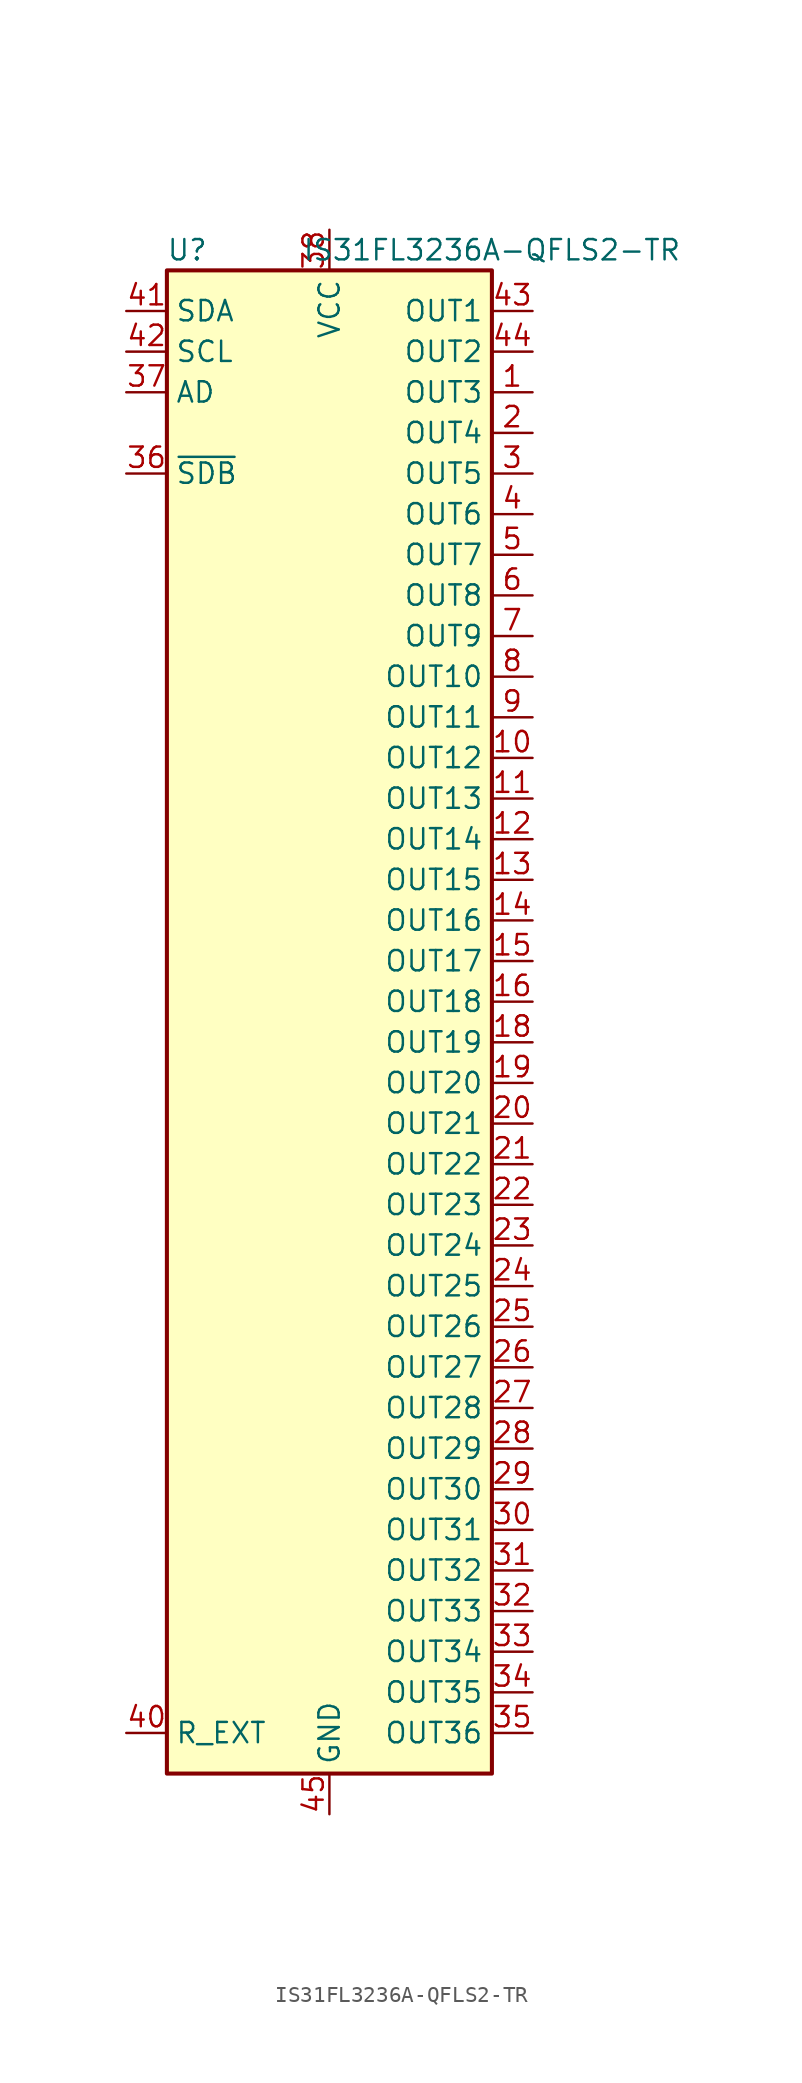
<source format=kicad_sym>
(kicad_symbol_lib
  (version 20241209)
  (generator "kicad_symbol_editor")
  (generator_version "9.0")
  (symbol "IS31FL3236A-QFLS2-TR"
    (property "Reference" "U"
      (at -8.89 46.99 0)
      (effects (font (size 1.27 1.27))))
    (property "Value" "IS31FL3236A-QFLS2-TR"
      (at 10.16 46.99 0)
      (effects (font (size 1.27 1.27))))
    (symbol "IS31FL3236A-QFLS2-TR_0_1"
      (rectangle (start -10.16 45.72) (end 10.16 -48.26) (stroke (width 0.254) (type default)) (fill (type background))))
    (symbol "IS31FL3236A-QFLS2-TR_1_1"
      (pin open_collector line (at -12.7 43.18 0) (length 2.54) (name "SDA" (effects (font (size 1.27 1.27)))) (number "41" (effects (font (size 1.27 1.27)))))
      (pin input line (at -12.7 40.64 0) (length 2.54) (name "SCL" (effects (font (size 1.27 1.27)))) (number "42" (effects (font (size 1.27 1.27)))))
      (pin input line (at -12.7 38.1 0) (length 2.54) (name "AD" (effects (font (size 1.27 1.27)))) (number "37" (effects (font (size 1.27 1.27)))))
      (pin input line (at -12.7 33.02 0) (length 2.54) (name "~{SDB}" (effects (font (size 1.27 1.27)))) (number "36" (effects (font (size 1.27 1.27)))))
      (pin passive line (at -12.7 -45.72 0) (length 2.54) (name "R_EXT" (effects (font (size 1.27 1.27)))) (number "40" (effects (font (size 1.27 1.27)))))
      (pin power_in line (at 0 48.26 270) (length 2.54) (name "VCC" (effects (font (size 1.27 1.27)))) (number "38" (effects (font (size 1.27 1.27)))))
      (pin power_in line (at 0 -50.8 90) (length 2.54) (hide yes) (name "GND" (effects (font (size 1.27 1.27)))) (number "17" (effects (font (size 1.27 1.27)))))
      (pin power_in line (at 0 -50.8 90) (length 2.54) (hide yes) (name "GND" (effects (font (size 1.27 1.27)))) (number "39" (effects (font (size 1.27 1.27)))))
      (pin power_in line (at 0 -50.8 90) (length 2.54) (name "GND" (effects (font (size 1.27 1.27)))) (number "45" (effects (font (size 1.27 1.27)))))
      (pin output line (at 12.7 43.18 180) (length 2.54) (name "OUT1" (effects (font (size 1.27 1.27)))) (number "43" (effects (font (size 1.27 1.27)))))
      (pin output line (at 12.7 40.64 180) (length 2.54) (name "OUT2" (effects (font (size 1.27 1.27)))) (number "44" (effects (font (size 1.27 1.27)))))
      (pin output line (at 12.7 38.1 180) (length 2.54) (name "OUT3" (effects (font (size 1.27 1.27)))) (number "1" (effects (font (size 1.27 1.27)))))
      (pin output line (at 12.7 35.56 180) (length 2.54) (name "OUT4" (effects (font (size 1.27 1.27)))) (number "2" (effects (font (size 1.27 1.27)))))
      (pin output line (at 12.7 33.02 180) (length 2.54) (name "OUT5" (effects (font (size 1.27 1.27)))) (number "3" (effects (font (size 1.27 1.27)))))
      (pin output line (at 12.7 30.48 180) (length 2.54) (name "OUT6" (effects (font (size 1.27 1.27)))) (number "4" (effects (font (size 1.27 1.27)))))
      (pin output line (at 12.7 27.94 180) (length 2.54) (name "OUT7" (effects (font (size 1.27 1.27)))) (number "5" (effects (font (size 1.27 1.27)))))
      (pin output line (at 12.7 25.4 180) (length 2.54) (name "OUT8" (effects (font (size 1.27 1.27)))) (number "6" (effects (font (size 1.27 1.27)))))
      (pin output line (at 12.7 22.86 180) (length 2.54) (name "OUT9" (effects (font (size 1.27 1.27)))) (number "7" (effects (font (size 1.27 1.27)))))
      (pin output line (at 12.7 20.32 180) (length 2.54) (name "OUT10" (effects (font (size 1.27 1.27)))) (number "8" (effects (font (size 1.27 1.27)))))
      (pin output line (at 12.7 17.78 180) (length 2.54) (name "OUT11" (effects (font (size 1.27 1.27)))) (number "9" (effects (font (size 1.27 1.27)))))
      (pin output line (at 12.7 15.24 180) (length 2.54) (name "OUT12" (effects (font (size 1.27 1.27)))) (number "10" (effects (font (size 1.27 1.27)))))
      (pin output line (at 12.7 12.7 180) (length 2.54) (name "OUT13" (effects (font (size 1.27 1.27)))) (number "11" (effects (font (size 1.27 1.27)))))
      (pin output line (at 12.7 10.16 180) (length 2.54) (name "OUT14" (effects (font (size 1.27 1.27)))) (number "12" (effects (font (size 1.27 1.27)))))
      (pin output line (at 12.7 7.62 180) (length 2.54) (name "OUT15" (effects (font (size 1.27 1.27)))) (number "13" (effects (font (size 1.27 1.27)))))
      (pin output line (at 12.7 5.08 180) (length 2.54) (name "OUT16" (effects (font (size 1.27 1.27)))) (number "14" (effects (font (size 1.27 1.27)))))
      (pin output line (at 12.7 2.54 180) (length 2.54) (name "OUT17" (effects (font (size 1.27 1.27)))) (number "15" (effects (font (size 1.27 1.27)))))
      (pin output line (at 12.7 0 180) (length 2.54) (name "OUT18" (effects (font (size 1.27 1.27)))) (number "16" (effects (font (size 1.27 1.27)))))
      (pin output line (at 12.7 -2.54 180) (length 2.54) (name "OUT19" (effects (font (size 1.27 1.27)))) (number "18" (effects (font (size 1.27 1.27)))))
      (pin output line (at 12.7 -5.08 180) (length 2.54) (name "OUT20" (effects (font (size 1.27 1.27)))) (number "19" (effects (font (size 1.27 1.27)))))
      (pin output line (at 12.7 -7.62 180) (length 2.54) (name "OUT21" (effects (font (size 1.27 1.27)))) (number "20" (effects (font (size 1.27 1.27)))))
      (pin output line (at 12.7 -10.16 180) (length 2.54) (name "OUT22" (effects (font (size 1.27 1.27)))) (number "21" (effects (font (size 1.27 1.27)))))
      (pin output line (at 12.7 -12.7 180) (length 2.54) (name "OUT23" (effects (font (size 1.27 1.27)))) (number "22" (effects (font (size 1.27 1.27)))))
      (pin output line (at 12.7 -15.24 180) (length 2.54) (name "OUT24" (effects (font (size 1.27 1.27)))) (number "23" (effects (font (size 1.27 1.27)))))
      (pin output line (at 12.7 -17.78 180) (length 2.54) (name "OUT25" (effects (font (size 1.27 1.27)))) (number "24" (effects (font (size 1.27 1.27)))))
      (pin output line (at 12.7 -20.32 180) (length 2.54) (name "OUT26" (effects (font (size 1.27 1.27)))) (number "25" (effects (font (size 1.27 1.27)))))
      (pin output line (at 12.7 -22.86 180) (length 2.54) (name "OUT27" (effects (font (size 1.27 1.27)))) (number "26" (effects (font (size 1.27 1.27)))))
      (pin output line (at 12.7 -25.4 180) (length 2.54) (name "OUT28" (effects (font (size 1.27 1.27)))) (number "27" (effects (font (size 1.27 1.27)))))
      (pin output line (at 12.7 -27.94 180) (length 2.54) (name "OUT29" (effects (font (size 1.27 1.27)))) (number "28" (effects (font (size 1.27 1.27)))))
      (pin output line (at 12.7 -30.48 180) (length 2.54) (name "OUT30" (effects (font (size 1.27 1.27)))) (number "29" (effects (font (size 1.27 1.27)))))
      (pin output line (at 12.7 -33.02 180) (length 2.54) (name "OUT31" (effects (font (size 1.27 1.27)))) (number "30" (effects (font (size 1.27 1.27)))))
      (pin output line (at 12.7 -35.56 180) (length 2.54) (name "OUT32" (effects (font (size 1.27 1.27)))) (number "31" (effects (font (size 1.27 1.27)))))
      (pin output line (at 12.7 -38.1 180) (length 2.54) (name "OUT33" (effects (font (size 1.27 1.27)))) (number "32" (effects (font (size 1.27 1.27)))))
      (pin output line (at 12.7 -40.64 180) (length 2.54) (name "OUT34" (effects (font (size 1.27 1.27)))) (number "33" (effects (font (size 1.27 1.27)))))
      (pin output line (at 12.7 -43.18 180) (length 2.54) (name "OUT35" (effects (font (size 1.27 1.27)))) (number "34" (effects (font (size 1.27 1.27)))))
      (pin output line (at 12.7 -45.72 180) (length 2.54) (name "OUT36" (effects (font (size 1.27 1.27)))) (number "35" (effects (font (size 1.27 1.27))))))))
</source>
